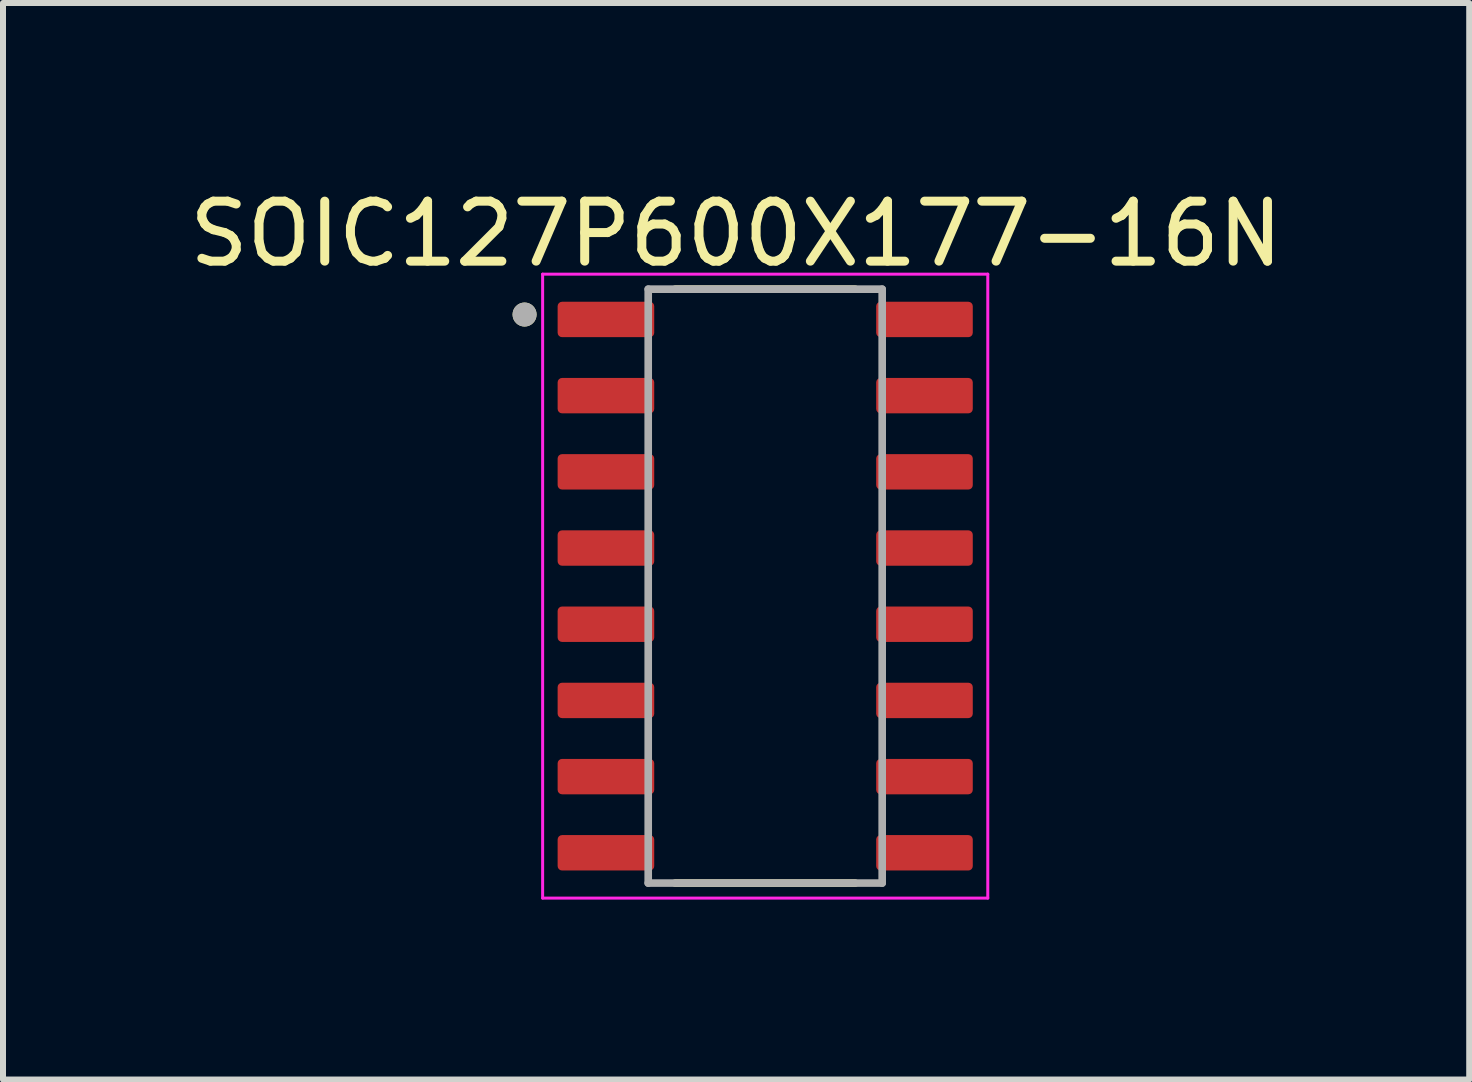
<source format=kicad_pcb>
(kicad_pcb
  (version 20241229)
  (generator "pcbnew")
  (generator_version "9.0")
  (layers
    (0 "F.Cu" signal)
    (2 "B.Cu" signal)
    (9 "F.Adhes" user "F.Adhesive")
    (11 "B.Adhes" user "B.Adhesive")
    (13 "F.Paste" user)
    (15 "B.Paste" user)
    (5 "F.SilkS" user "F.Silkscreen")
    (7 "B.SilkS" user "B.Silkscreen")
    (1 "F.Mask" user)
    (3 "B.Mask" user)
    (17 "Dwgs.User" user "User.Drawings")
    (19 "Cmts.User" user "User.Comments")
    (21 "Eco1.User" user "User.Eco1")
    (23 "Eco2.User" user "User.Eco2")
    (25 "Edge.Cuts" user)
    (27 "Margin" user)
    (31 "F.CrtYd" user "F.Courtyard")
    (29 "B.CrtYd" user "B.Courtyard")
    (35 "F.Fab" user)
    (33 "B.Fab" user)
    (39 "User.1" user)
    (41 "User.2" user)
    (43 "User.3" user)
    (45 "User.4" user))
  (footprint "SOIC127P600X177-16N"
    (layer "F.Cu")
    (at 9.705 6.72)
    (property "Reference" "SOIC127P600X177-16N" (at -0.485 -5.872 0) (layer "F.SilkS") (effects (font (size 1 1) (thickness 0.15))))
    (attr smd)
    (fp_line (start -1.5 -4.95) (end 1.5 -4.95) (stroke (width 0.127) (type solid)) (layer "F.SilkS"))
    (fp_line (start -1.5 4.95) (end 1.5 4.95) (stroke (width 0.127) (type solid)) (layer "F.SilkS"))
    (fp_circle (center -4.011 -4.527) (end -3.911 -4.527) (stroke (width 0.2) (type solid)) (fill no) (layer "F.SilkS"))
    (fp_line (start -3.71 -5.2) (end -3.71 5.2) (stroke (width 0.05) (type solid)) (layer "F.CrtYd"))
    (fp_line (start -3.71 -5.2) (end 3.71 -5.2) (stroke (width 0.05) (type solid)) (layer "F.CrtYd"))
    (fp_line (start -3.71 5.2) (end 3.71 5.2) (stroke (width 0.05) (type solid)) (layer "F.CrtYd"))
    (fp_line (start 3.71 -5.2) (end 3.71 5.2) (stroke (width 0.05) (type solid)) (layer "F.CrtYd"))
    (fp_line (start -1.95 -4.95) (end -1.95 4.95) (stroke (width 0.127) (type solid)) (layer "F.Fab"))
    (fp_line (start -1.95 -4.95) (end 1.95 -4.95) (stroke (width 0.127) (type solid)) (layer "F.Fab"))
    (fp_line (start -1.95 4.95) (end 1.95 4.95) (stroke (width 0.127) (type solid)) (layer "F.Fab"))
    (fp_line (start 1.95 -4.95) (end 1.95 4.95) (stroke (width 0.127) (type solid)) (layer "F.Fab"))
    (fp_circle (center -4.011 -4.527) (end -3.911 -4.527) (stroke (width 0.2) (type solid)) (fill no) (layer "F.Fab"))
    (pad "1" smd roundrect (at -2.655 -4.445) (size 1.61 0.59) (layers "F.Cu" "F.Mask" "F.Paste") (roundrect_rratio 0.125))
    (pad "2" smd roundrect (at -2.655 -3.175) (size 1.61 0.59) (layers "F.Cu" "F.Mask" "F.Paste") (roundrect_rratio 0.125))
    (pad "3" smd roundrect (at -2.655 -1.905) (size 1.61 0.59) (layers "F.Cu" "F.Mask" "F.Paste") (roundrect_rratio 0.125))
    (pad "4" smd roundrect (at -2.655 -0.635) (size 1.61 0.59) (layers "F.Cu" "F.Mask" "F.Paste") (roundrect_rratio 0.125))
    (pad "5" smd roundrect (at -2.655 0.635) (size 1.61 0.59) (layers "F.Cu" "F.Mask" "F.Paste") (roundrect_rratio 0.125))
    (pad "6" smd roundrect (at -2.655 1.905) (size 1.61 0.59) (layers "F.Cu" "F.Mask" "F.Paste") (roundrect_rratio 0.125))
    (pad "7" smd roundrect (at -2.655 3.175) (size 1.61 0.59) (layers "F.Cu" "F.Mask" "F.Paste") (roundrect_rratio 0.125))
    (pad "8" smd roundrect (at -2.655 4.445) (size 1.61 0.59) (layers "F.Cu" "F.Mask" "F.Paste") (roundrect_rratio 0.125))
    (pad "9" smd roundrect (at 2.655 4.445) (size 1.61 0.59) (layers "F.Cu" "F.Mask" "F.Paste") (roundrect_rratio 0.125))
    (pad "10" smd roundrect (at 2.655 3.175) (size 1.61 0.59) (layers "F.Cu" "F.Mask" "F.Paste") (roundrect_rratio 0.125))
    (pad "11" smd roundrect (at 2.655 1.905) (size 1.61 0.59) (layers "F.Cu" "F.Mask" "F.Paste") (roundrect_rratio 0.125))
    (pad "12" smd roundrect (at 2.655 0.635) (size 1.61 0.59) (layers "F.Cu" "F.Mask" "F.Paste") (roundrect_rratio 0.125))
    (pad "13" smd roundrect (at 2.655 -0.635) (size 1.61 0.59) (layers "F.Cu" "F.Mask" "F.Paste") (roundrect_rratio 0.125))
    (pad "14" smd roundrect (at 2.655 -1.905) (size 1.61 0.59) (layers "F.Cu" "F.Mask" "F.Paste") (roundrect_rratio 0.125))
    (pad "15" smd roundrect (at 2.655 -3.175) (size 1.61 0.59) (layers "F.Cu" "F.Mask" "F.Paste") (roundrect_rratio 0.125))
    (pad "16" smd roundrect (at 2.655 -4.445) (size 1.61 0.59) (layers "F.Cu" "F.Mask" "F.Paste") (roundrect_rratio 0.125)))
  (gr_rect
    (start -3 -3)
    (end 21.44 14.945)
    (stroke (width 0.1) (type default))
    (fill no)
    (layer "Edge.Cuts")))
</source>
